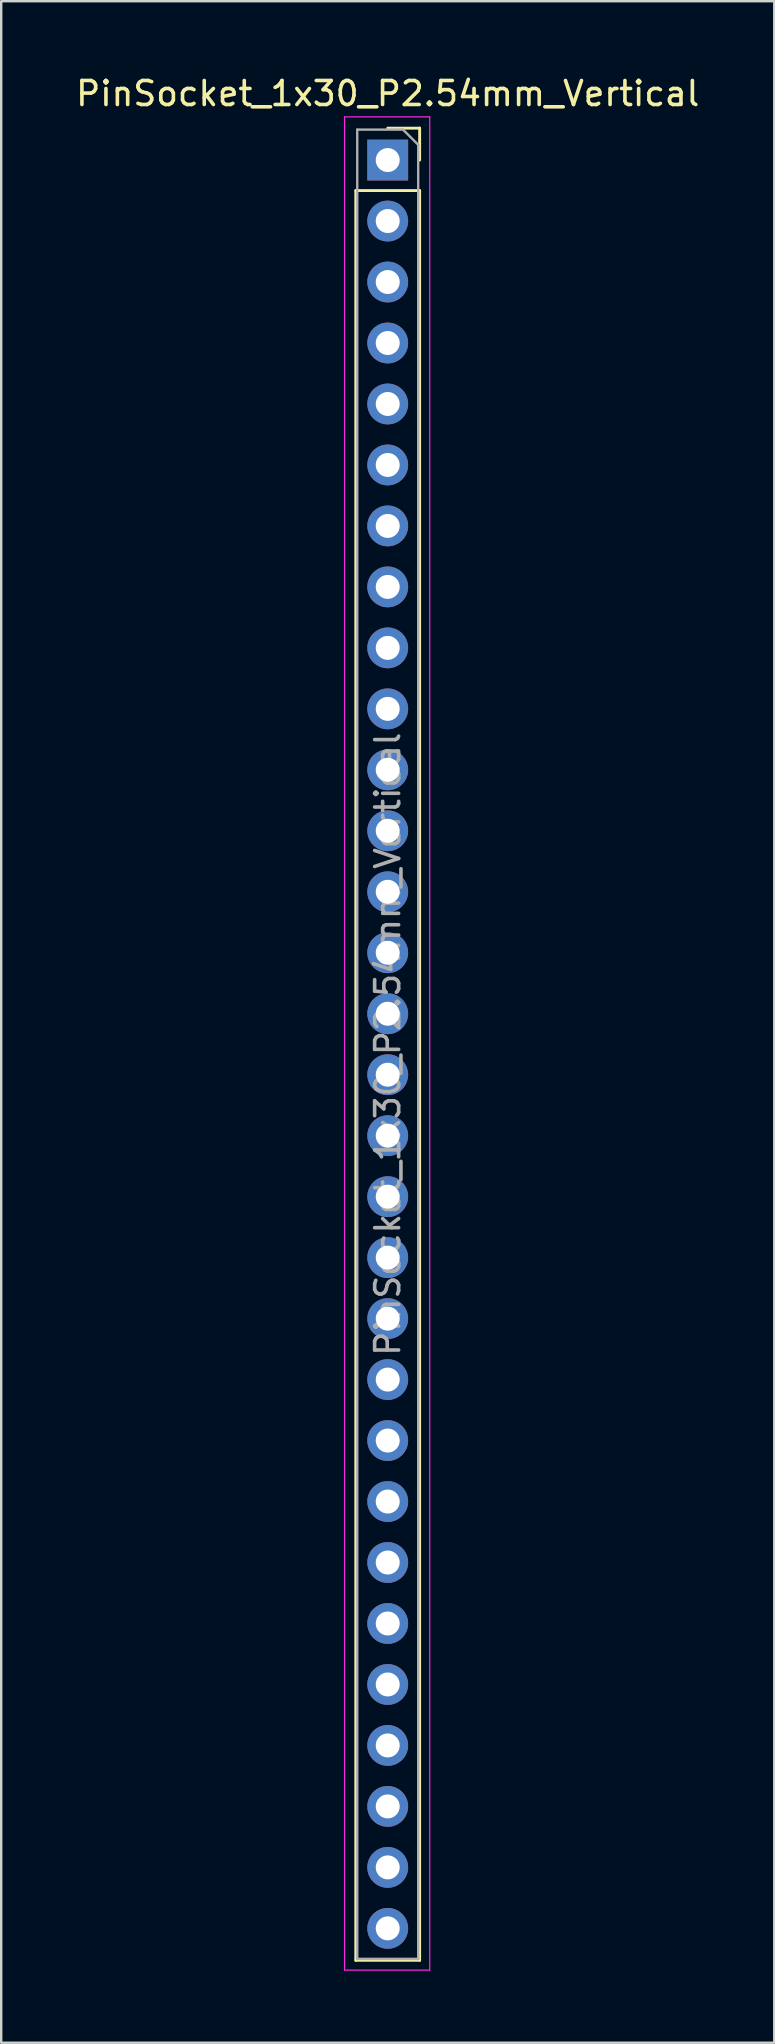
<source format=kicad_pcb>
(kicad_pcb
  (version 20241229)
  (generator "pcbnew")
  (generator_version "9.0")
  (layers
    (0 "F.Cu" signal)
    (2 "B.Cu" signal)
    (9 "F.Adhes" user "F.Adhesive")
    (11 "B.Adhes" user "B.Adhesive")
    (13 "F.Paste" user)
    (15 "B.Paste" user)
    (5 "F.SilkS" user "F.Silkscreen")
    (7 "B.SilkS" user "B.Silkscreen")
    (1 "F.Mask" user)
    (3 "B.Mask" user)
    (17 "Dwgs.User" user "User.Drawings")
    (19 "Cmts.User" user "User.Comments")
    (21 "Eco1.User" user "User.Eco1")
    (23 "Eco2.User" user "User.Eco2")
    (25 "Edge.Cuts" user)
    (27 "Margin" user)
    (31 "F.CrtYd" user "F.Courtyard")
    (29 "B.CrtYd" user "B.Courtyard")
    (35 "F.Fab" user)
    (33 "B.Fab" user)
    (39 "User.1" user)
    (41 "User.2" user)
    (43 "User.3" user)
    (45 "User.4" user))
  (footprint "PinSocket_1x30_P2.54mm_Vertical"
    (layer "F.Cu")
    (at 13.101 3.618)
    (property "Reference" "PinSocket_1x30_P2.54mm_Vertical" (at 0 -2.77 0) (layer "F.SilkS") (effects (font (size 1 1) (thickness 0.15))))
    (attr through_hole)
    (fp_line (start -1.33 1.27) (end -1.33 74.99) (stroke (width 0.12) (type solid)) (layer "F.SilkS"))
    (fp_line (start -1.33 1.27) (end 1.33 1.27) (stroke (width 0.12) (type solid)) (layer "F.SilkS"))
    (fp_line (start -1.33 74.99) (end 1.33 74.99) (stroke (width 0.12) (type solid)) (layer "F.SilkS"))
    (fp_line (start 0 -1.33) (end 1.33 -1.33) (stroke (width 0.12) (type solid)) (layer "F.SilkS"))
    (fp_line (start 1.33 -1.33) (end 1.33 0) (stroke (width 0.12) (type solid)) (layer "F.SilkS"))
    (fp_line (start 1.33 1.27) (end 1.33 74.99) (stroke (width 0.12) (type solid)) (layer "F.SilkS"))
    (fp_line (start -1.8 -1.8) (end 1.75 -1.8) (stroke (width 0.05) (type solid)) (layer "F.CrtYd"))
    (fp_line (start -1.8 75.4) (end -1.8 -1.8) (stroke (width 0.05) (type solid)) (layer "F.CrtYd"))
    (fp_line (start 1.75 -1.8) (end 1.75 75.4) (stroke (width 0.05) (type solid)) (layer "F.CrtYd"))
    (fp_line (start 1.75 75.4) (end -1.8 75.4) (stroke (width 0.05) (type solid)) (layer "F.CrtYd"))
    (fp_line (start -1.27 -1.27) (end 0.635 -1.27) (stroke (width 0.1) (type solid)) (layer "F.Fab"))
    (fp_line (start -1.27 74.93) (end -1.27 -1.27) (stroke (width 0.1) (type solid)) (layer "F.Fab"))
    (fp_line (start 0.635 -1.27) (end 1.27 -0.635) (stroke (width 0.1) (type solid)) (layer "F.Fab"))
    (fp_line (start 1.27 -0.635) (end 1.27 74.93) (stroke (width 0.1) (type solid)) (layer "F.Fab"))
    (fp_line (start 1.27 74.93) (end -1.27 74.93) (stroke (width 0.1) (type solid)) (layer "F.Fab"))
    (fp_text user "${REFERENCE}" (at 0 36.83 90) (layer "F.Fab") (effects (font (size 1 1) (thickness 0.15))))
    (pad "1" thru_hole rect (at 0 0) (size 1.7 1.7) (drill 1) (layers "*.Cu" "*.Mask"))
    (pad "2" thru_hole circle (at 0 2.54) (size 1.7 1.7) (drill 1) (layers "*.Cu" "*.Mask"))
    (pad "3" thru_hole circle (at 0 5.08) (size 1.7 1.7) (drill 1) (layers "*.Cu" "*.Mask"))
    (pad "4" thru_hole circle (at 0 7.62) (size 1.7 1.7) (drill 1) (layers "*.Cu" "*.Mask"))
    (pad "5" thru_hole circle (at 0 10.16) (size 1.7 1.7) (drill 1) (layers "*.Cu" "*.Mask"))
    (pad "6" thru_hole circle (at 0 12.7) (size 1.7 1.7) (drill 1) (layers "*.Cu" "*.Mask"))
    (pad "7" thru_hole circle (at 0 15.24) (size 1.7 1.7) (drill 1) (layers "*.Cu" "*.Mask"))
    (pad "8" thru_hole circle (at 0 17.78) (size 1.7 1.7) (drill 1) (layers "*.Cu" "*.Mask"))
    (pad "9" thru_hole circle (at 0 20.32) (size 1.7 1.7) (drill 1) (layers "*.Cu" "*.Mask"))
    (pad "10" thru_hole circle (at 0 22.86) (size 1.7 1.7) (drill 1) (layers "*.Cu" "*.Mask"))
    (pad "11" thru_hole circle (at 0 25.4) (size 1.7 1.7) (drill 1) (layers "*.Cu" "*.Mask"))
    (pad "12" thru_hole circle (at 0 27.94) (size 1.7 1.7) (drill 1) (layers "*.Cu" "*.Mask"))
    (pad "13" thru_hole circle (at 0 30.48) (size 1.7 1.7) (drill 1) (layers "*.Cu" "*.Mask"))
    (pad "14" thru_hole circle (at 0 33.02) (size 1.7 1.7) (drill 1) (layers "*.Cu" "*.Mask"))
    (pad "15" thru_hole circle (at 0 35.56) (size 1.7 1.7) (drill 1) (layers "*.Cu" "*.Mask"))
    (pad "16" thru_hole circle (at 0 38.1) (size 1.7 1.7) (drill 1) (layers "*.Cu" "*.Mask"))
    (pad "17" thru_hole circle (at 0 40.64) (size 1.7 1.7) (drill 1) (layers "*.Cu" "*.Mask"))
    (pad "18" thru_hole circle (at 0 43.18) (size 1.7 1.7) (drill 1) (layers "*.Cu" "*.Mask"))
    (pad "19" thru_hole circle (at 0 45.72) (size 1.7 1.7) (drill 1) (layers "*.Cu" "*.Mask"))
    (pad "20" thru_hole circle (at 0 48.26) (size 1.7 1.7) (drill 1) (layers "*.Cu" "*.Mask"))
    (pad "21" thru_hole circle (at 0 50.8) (size 1.7 1.7) (drill 1) (layers "*.Cu" "*.Mask"))
    (pad "22" thru_hole circle (at 0 53.34) (size 1.7 1.7) (drill 1) (layers "*.Cu" "*.Mask"))
    (pad "23" thru_hole circle (at 0 55.88) (size 1.7 1.7) (drill 1) (layers "*.Cu" "*.Mask"))
    (pad "24" thru_hole circle (at 0 58.42) (size 1.7 1.7) (drill 1) (layers "*.Cu" "*.Mask"))
    (pad "25" thru_hole circle (at 0 60.96) (size 1.7 1.7) (drill 1) (layers "*.Cu" "*.Mask"))
    (pad "26" thru_hole circle (at 0 63.5) (size 1.7 1.7) (drill 1) (layers "*.Cu" "*.Mask"))
    (pad "27" thru_hole circle (at 0 66.04) (size 1.7 1.7) (drill 1) (layers "*.Cu" "*.Mask"))
    (pad "28" thru_hole circle (at 0 68.58) (size 1.7 1.7) (drill 1) (layers "*.Cu" "*.Mask"))
    (pad "29" thru_hole circle (at 0 71.12) (size 1.7 1.7) (drill 1) (layers "*.Cu" "*.Mask"))
    (pad "30" thru_hole circle (at 0 73.66) (size 1.7 1.7) (drill 1) (layers "*.Cu" "*.Mask")))
  (gr_rect
    (start -3 -3)
    (end 29.202 82.043)
    (stroke (width 0.1) (type default))
    (fill no)
    (layer "Edge.Cuts")))
</source>
